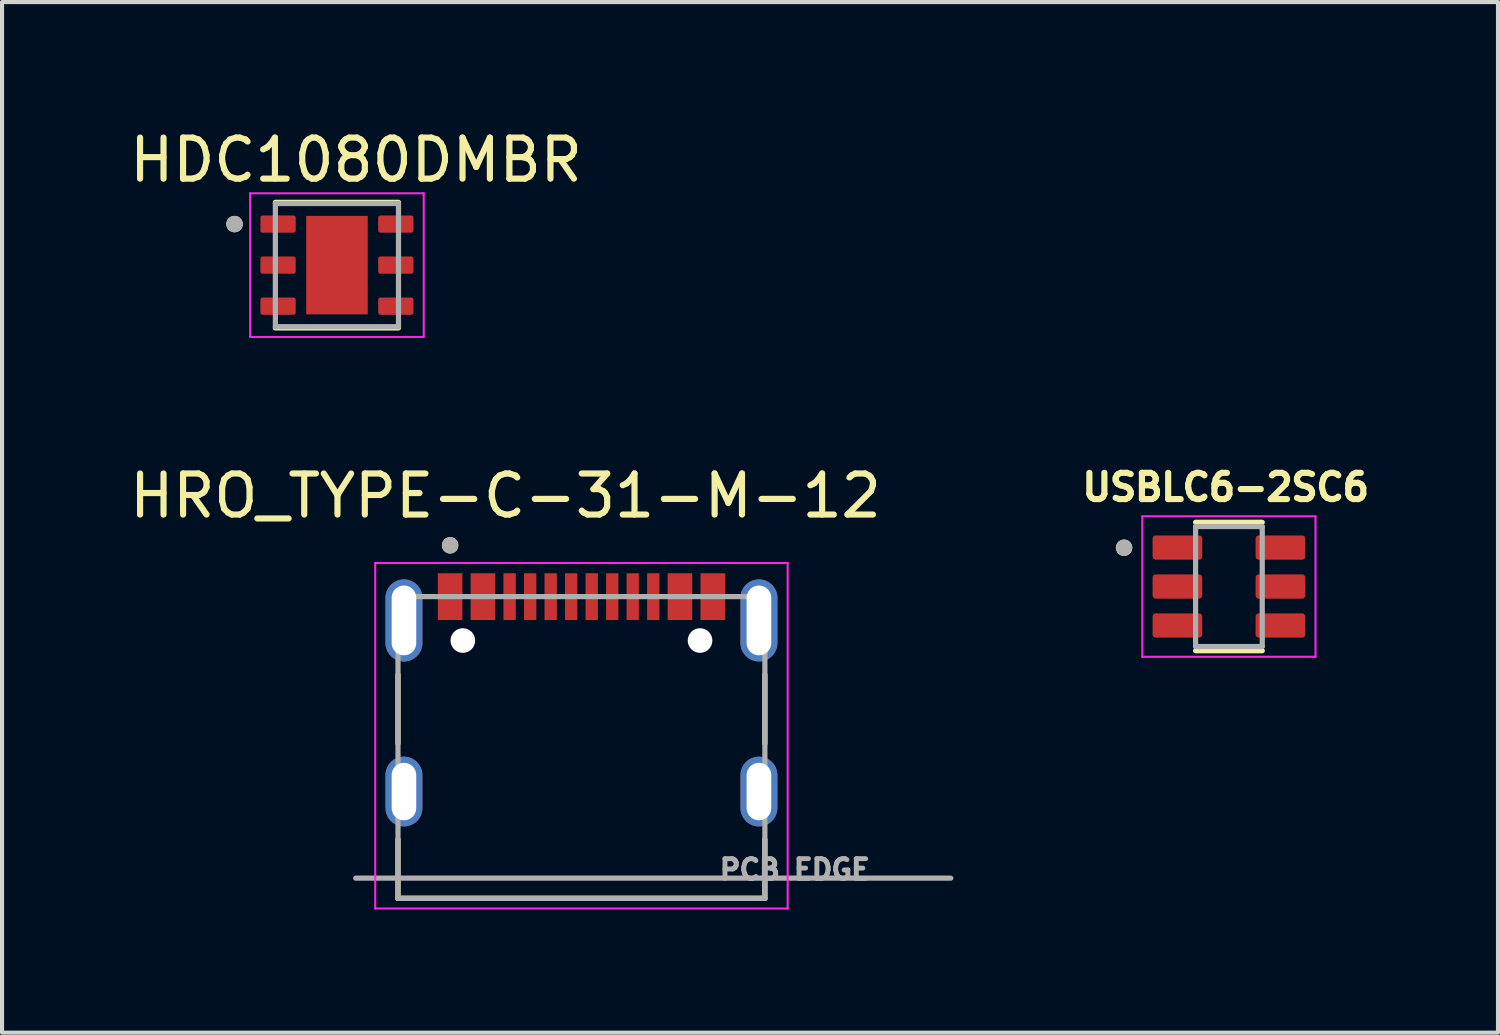
<source format=kicad_pcb>
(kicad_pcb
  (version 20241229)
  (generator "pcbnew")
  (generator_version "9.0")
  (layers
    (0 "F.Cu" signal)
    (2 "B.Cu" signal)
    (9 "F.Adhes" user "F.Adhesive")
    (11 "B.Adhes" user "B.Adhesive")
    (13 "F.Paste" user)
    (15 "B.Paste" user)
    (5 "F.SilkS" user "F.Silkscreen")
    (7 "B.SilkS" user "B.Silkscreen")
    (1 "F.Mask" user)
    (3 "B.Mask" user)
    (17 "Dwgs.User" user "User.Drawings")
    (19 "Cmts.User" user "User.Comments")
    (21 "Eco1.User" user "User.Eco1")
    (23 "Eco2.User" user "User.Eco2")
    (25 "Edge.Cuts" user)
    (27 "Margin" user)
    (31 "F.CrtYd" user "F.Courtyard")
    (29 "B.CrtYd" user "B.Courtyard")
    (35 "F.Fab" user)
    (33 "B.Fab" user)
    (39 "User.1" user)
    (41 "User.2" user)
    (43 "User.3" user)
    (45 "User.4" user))
  (footprint "USBLC6-2SC6"
    (layer "F.Cu")
    (at 26.895 11.242)
    (property "Reference" "USBLC6-2SC6" (at -0.078 -2.419 0) (layer "F.SilkS") (effects (font (size 0.64 0.64) (thickness 0.15))))
    (attr smd)
    (fp_line (start 0.812 -1.565) (end -0.812 -1.565) (stroke (width 0.127) (type solid)) (layer "F.SilkS"))
    (fp_line (start 0.812 1.565) (end -0.812 1.565) (stroke (width 0.127) (type solid)) (layer "F.SilkS"))
    (fp_circle (center -2.555 -0.945) (end -2.455 -0.945) (stroke (width 0.2) (type solid)) (fill no) (layer "F.SilkS"))
    (fp_line (start -2.11 -1.712) (end -2.11 1.712) (stroke (width 0.05) (type solid)) (layer "F.CrtYd"))
    (fp_line (start -2.11 1.712) (end 2.11 1.712) (stroke (width 0.05) (type solid)) (layer "F.CrtYd"))
    (fp_line (start 2.11 -1.712) (end -2.11 -1.712) (stroke (width 0.05) (type solid)) (layer "F.CrtYd"))
    (fp_line (start 2.11 1.712) (end 2.11 -1.712) (stroke (width 0.05) (type solid)) (layer "F.CrtYd"))
    (fp_line (start -0.812 -1.462) (end 0.812 -1.462) (stroke (width 0.127) (type solid)) (layer "F.Fab"))
    (fp_line (start -0.812 1.462) (end -0.812 -1.462) (stroke (width 0.127) (type solid)) (layer "F.Fab"))
    (fp_line (start 0.812 -1.462) (end 0.812 1.462) (stroke (width 0.127) (type solid)) (layer "F.Fab"))
    (fp_line (start 0.812 1.462) (end -0.812 1.462) (stroke (width 0.127) (type solid)) (layer "F.Fab"))
    (fp_circle (center -2.555 -0.945) (end -2.455 -0.945) (stroke (width 0.2) (type solid)) (fill no) (layer "F.Fab"))
    (pad "1" smd roundrect (at -1.255 -0.95) (size 1.21 0.59) (layers "F.Cu" "F.Mask" "F.Paste") (roundrect_rratio 0.125))
    (pad "2" smd roundrect (at -1.255 0) (size 1.21 0.59) (layers "F.Cu" "F.Mask" "F.Paste") (roundrect_rratio 0.125))
    (pad "3" smd roundrect (at -1.255 0.95) (size 1.21 0.59) (layers "F.Cu" "F.Mask" "F.Paste") (roundrect_rratio 0.125))
    (pad "4" smd roundrect (at 1.255 0.95) (size 1.21 0.59) (layers "F.Cu" "F.Mask" "F.Paste") (roundrect_rratio 0.125))
    (pad "5" smd roundrect (at 1.255 0) (size 1.21 0.59) (layers "F.Cu" "F.Mask" "F.Paste") (roundrect_rratio 0.125))
    (pad "6" smd roundrect (at 1.255 -0.95) (size 1.21 0.59) (layers "F.Cu" "F.Mask" "F.Paste") (roundrect_rratio 0.125)))
  (footprint "HRO_TYPE-C-31-M-12"
    (layer "F.Cu")
    (at 11.118 16.238)
    (property "Reference" "HRO_TYPE-C-31-M-12" (at -1.85 -7.205 0) (layer "F.SilkS") (effects (font (size 1 1) (thickness 0.15))))
    (attr smd)
    (fp_poly (pts (xy -3.55 -5.37) (xy -2.85 -5.37) (xy -2.85 -4.13) (xy -3.55 -4.13)) (stroke (width 0.01) (type solid)) (fill yes) (layer "F.Mask"))
    (fp_poly (pts (xy -2.75 -5.37) (xy -2.05 -5.37) (xy -2.05 -4.13) (xy -2.75 -4.13)) (stroke (width 0.01) (type solid)) (fill yes) (layer "F.Mask"))
    (fp_poly (pts (xy -1.95 -5.37) (xy -1.55 -5.37) (xy -1.55 -4.13) (xy -1.95 -4.13)) (stroke (width 0.01) (type solid)) (fill yes) (layer "F.Mask"))
    (fp_poly (pts (xy -1.45 -5.37) (xy -1.05 -5.37) (xy -1.05 -4.13) (xy -1.45 -4.13)) (stroke (width 0.01) (type solid)) (fill yes) (layer "F.Mask"))
    (fp_poly (pts (xy -0.95 -5.37) (xy -0.55 -5.37) (xy -0.55 -4.13) (xy -0.95 -4.13)) (stroke (width 0.01) (type solid)) (fill yes) (layer "F.Mask"))
    (fp_poly (pts (xy -0.45 -5.37) (xy -0.05 -5.37) (xy -0.05 -4.13) (xy -0.45 -4.13)) (stroke (width 0.01) (type solid)) (fill yes) (layer "F.Mask"))
    (fp_poly (pts (xy 0.05 -5.37) (xy 0.45 -5.37) (xy 0.45 -4.13) (xy 0.05 -4.13)) (stroke (width 0.01) (type solid)) (fill yes) (layer "F.Mask"))
    (fp_poly (pts (xy 0.55 -5.37) (xy 0.95 -5.37) (xy 0.95 -4.13) (xy 0.55 -4.13)) (stroke (width 0.01) (type solid)) (fill yes) (layer "F.Mask"))
    (fp_poly (pts (xy 1.05 -5.37) (xy 1.45 -5.37) (xy 1.45 -4.13) (xy 1.05 -4.13)) (stroke (width 0.01) (type solid)) (fill yes) (layer "F.Mask"))
    (fp_poly (pts (xy 1.55 -5.37) (xy 1.95 -5.37) (xy 1.95 -4.13) (xy 1.55 -4.13)) (stroke (width 0.01) (type solid)) (fill yes) (layer "F.Mask"))
    (fp_poly (pts (xy 2.05 -5.37) (xy 2.75 -5.37) (xy 2.75 -4.13) (xy 2.05 -4.13)) (stroke (width 0.01) (type solid)) (fill yes) (layer "F.Mask"))
    (fp_poly (pts (xy 2.85 -5.37) (xy 3.55 -5.37) (xy 3.55 -4.13) (xy 2.85 -4.13)) (stroke (width 0.01) (type solid)) (fill yes) (layer "F.Mask"))
    (fp_line (start -4.47 -2.85) (end -4.47 -1.17) (stroke (width 0.127) (type solid)) (layer "F.SilkS"))
    (fp_line (start -4.47 2.6) (end -4.47 1.17) (stroke (width 0.127) (type solid)) (layer "F.SilkS"))
    (fp_line (start -4.47 2.6) (end 4.47 2.6) (stroke (width 0.127) (type solid)) (layer "F.SilkS"))
    (fp_line (start 4.47 -2.85) (end 4.47 -1.17) (stroke (width 0.127) (type solid)) (layer "F.SilkS"))
    (fp_line (start 4.47 2.6) (end 4.47 1.17) (stroke (width 0.127) (type solid)) (layer "F.SilkS"))
    (fp_circle (center -3.2 -6) (end -3.1 -6) (stroke (width 0.2) (type solid)) (fill no) (layer "F.SilkS"))
    (fp_line (start -5.025 -5.57) (end -5.025 2.85) (stroke (width 0.05) (type solid)) (layer "F.CrtYd"))
    (fp_line (start -5.025 2.85) (end 5.025 2.85) (stroke (width 0.05) (type solid)) (layer "F.CrtYd"))
    (fp_line (start 5.025 -5.57) (end -5.025 -5.57) (stroke (width 0.05) (type solid)) (layer "F.CrtYd"))
    (fp_line (start 5.025 2.85) (end 5.025 -5.57) (stroke (width 0.05) (type solid)) (layer "F.CrtYd"))
    (fp_line (start -5.5 2.11) (end 9 2.11) (stroke (width 0.127) (type solid)) (layer "F.Fab"))
    (fp_line (start -4.47 -4.75) (end -4.47 2.6) (stroke (width 0.127) (type solid)) (layer "F.Fab"))
    (fp_line (start -4.47 2.6) (end 4.47 2.6) (stroke (width 0.127) (type solid)) (layer "F.Fab"))
    (fp_line (start 4.47 -4.75) (end -4.47 -4.75) (stroke (width 0.127) (type solid)) (layer "F.Fab"))
    (fp_line (start 4.47 2.6) (end 4.47 -4.75) (stroke (width 0.127) (type solid)) (layer "F.Fab"))
    (fp_circle (center -3.2 -6) (end -3.1 -6) (stroke (width 0.2) (type solid)) (fill no) (layer "F.Fab"))
    (fp_text user "PCB EDGE" (at 5.2 1.9 0) (layer "F.Fab") (effects (font (size 0.48 0.48) (thickness 0.15))))
    (pad "" np_thru_hole circle (at -2.89 -3.68) (size 0.6 0.6) (drill 0.6) (layers "*.Cu" "*.Mask"))
    (pad "" np_thru_hole circle (at 2.89 -3.68) (size 0.6 0.6) (drill 0.6) (layers "*.Cu" "*.Mask"))
    (pad "A1_B12" smd rect (at -3.2 -4.75) (size 0.6 1.14) (layers "F.Cu" "F.Paste"))
    (pad "A4_B9" smd rect (at -2.4 -4.75) (size 0.6 1.14) (layers "F.Cu" "F.Paste"))
    (pad "A5" smd rect (at -1.25 -4.75) (size 0.3 1.14) (layers "F.Cu" "F.Paste"))
    (pad "A6" smd rect (at -0.25 -4.75) (size 0.3 1.14) (layers "F.Cu" "F.Paste"))
    (pad "A7" smd rect (at 0.25 -4.75) (size 0.3 1.14) (layers "F.Cu" "F.Paste"))
    (pad "A8" smd rect (at 1.25 -4.75) (size 0.3 1.14) (layers "F.Cu" "F.Paste"))
    (pad "B1_A12" smd rect (at 3.2 -4.75) (size 0.6 1.14) (layers "F.Cu" "F.Paste"))
    (pad "B4_A9" smd rect (at 2.4 -4.75) (size 0.6 1.14) (layers "F.Cu" "F.Paste"))
    (pad "B5" smd rect (at 1.75 -4.75) (size 0.3 1.14) (layers "F.Cu" "F.Paste"))
    (pad "B6" smd rect (at 0.75 -4.75) (size 0.3 1.14) (layers "F.Cu" "F.Paste"))
    (pad "B7" smd rect (at -0.75 -4.75) (size 0.3 1.14) (layers "F.Cu" "F.Paste"))
    (pad "B8" smd rect (at -1.75 -4.75) (size 0.3 1.14) (layers "F.Cu" "F.Paste"))
    (pad "S1" thru_hole oval (at -4.325 -4.17) (size 0.9 2) (drill oval 0.6 1.7) (layers "*.Cu" "*.Mask"))
    (pad "S2" thru_hole oval (at 4.325 -4.17) (size 0.9 2) (drill oval 0.6 1.7) (layers "*.Cu" "*.Mask"))
    (pad "S3" thru_hole oval (at -4.325 0) (size 0.9 1.7) (drill oval 0.6 1.4) (layers "*.Cu" "*.Mask"))
    (pad "S4" thru_hole oval (at 4.325 0) (size 0.9 1.7) (drill oval 0.6 1.4) (layers "*.Cu" "*.Mask")))
  (footprint "HDC1080DMBR"
    (layer "F.Cu")
    (at 5.16 3.41)
    (property "Reference" "HDC1080DMBR" (at 0.465 -2.562 0) (layer "F.SilkS") (effects (font (size 1 1) (thickness 0.15))))
    (attr smd)
    (fp_line (start -1.5 -1.53) (end 1.5 -1.53) (stroke (width 0.127) (type solid)) (layer "F.SilkS"))
    (fp_line (start -1.5 1.53) (end 1.5 1.53) (stroke (width 0.127) (type solid)) (layer "F.SilkS"))
    (fp_circle (center -2.495 -1) (end -2.395 -1) (stroke (width 0.2) (type solid)) (fill no) (layer "F.SilkS"))
    (fp_poly (pts (xy -0.47 -0.76) (xy 0.47 -0.76) (xy 0.47 0.76) (xy -0.47 0.76)) (stroke (width 0.01) (type solid)) (fill yes) (layer "F.Paste"))
    (fp_line (start -2.115 -1.75) (end -2.115 1.75) (stroke (width 0.05) (type solid)) (layer "F.CrtYd"))
    (fp_line (start -2.115 -1.75) (end 2.115 -1.75) (stroke (width 0.05) (type solid)) (layer "F.CrtYd"))
    (fp_line (start -2.115 1.75) (end 2.115 1.75) (stroke (width 0.05) (type solid)) (layer "F.CrtYd"))
    (fp_line (start 2.115 -1.75) (end 2.115 1.75) (stroke (width 0.05) (type solid)) (layer "F.CrtYd"))
    (fp_line (start -1.5 -1.5) (end -1.5 1.5) (stroke (width 0.127) (type solid)) (layer "F.Fab"))
    (fp_line (start -1.5 -1.5) (end 1.5 -1.5) (stroke (width 0.127) (type solid)) (layer "F.Fab"))
    (fp_line (start -1.5 1.5) (end 1.5 1.5) (stroke (width 0.127) (type solid)) (layer "F.Fab"))
    (fp_line (start 1.5 -1.5) (end 1.5 1.5) (stroke (width 0.127) (type solid)) (layer "F.Fab"))
    (fp_circle (center -2.495 -1) (end -2.395 -1) (stroke (width 0.2) (type solid)) (fill no) (layer "F.Fab"))
    (pad "1" smd roundrect (at -1.435 -1) (size 0.86 0.42) (layers "F.Cu" "F.Mask" "F.Paste") (roundrect_rratio 0.125))
    (pad "2" smd roundrect (at -1.435 0) (size 0.86 0.42) (layers "F.Cu" "F.Mask" "F.Paste") (roundrect_rratio 0.125))
    (pad "3" smd roundrect (at -1.435 1) (size 0.86 0.42) (layers "F.Cu" "F.Mask" "F.Paste") (roundrect_rratio 0.125))
    (pad "4" smd roundrect (at 1.435 1) (size 0.86 0.42) (layers "F.Cu" "F.Mask" "F.Paste") (roundrect_rratio 0.125))
    (pad "5" smd roundrect (at 1.435 0) (size 0.86 0.42) (layers "F.Cu" "F.Mask" "F.Paste") (roundrect_rratio 0.125))
    (pad "6" smd roundrect (at 1.435 -1) (size 0.86 0.42) (layers "F.Cu" "F.Mask" "F.Paste") (roundrect_rratio 0.125))
    (pad "7" smd rect (at 0 0) (size 1.5 2.4) (layers "F.Cu" "F.Mask")))
  (gr_rect
    (start -3 -3)
    (end 33.452 22.113)
    (stroke (width 0.1) (type default))
    (fill no)
    (layer "Edge.Cuts")))
</source>
